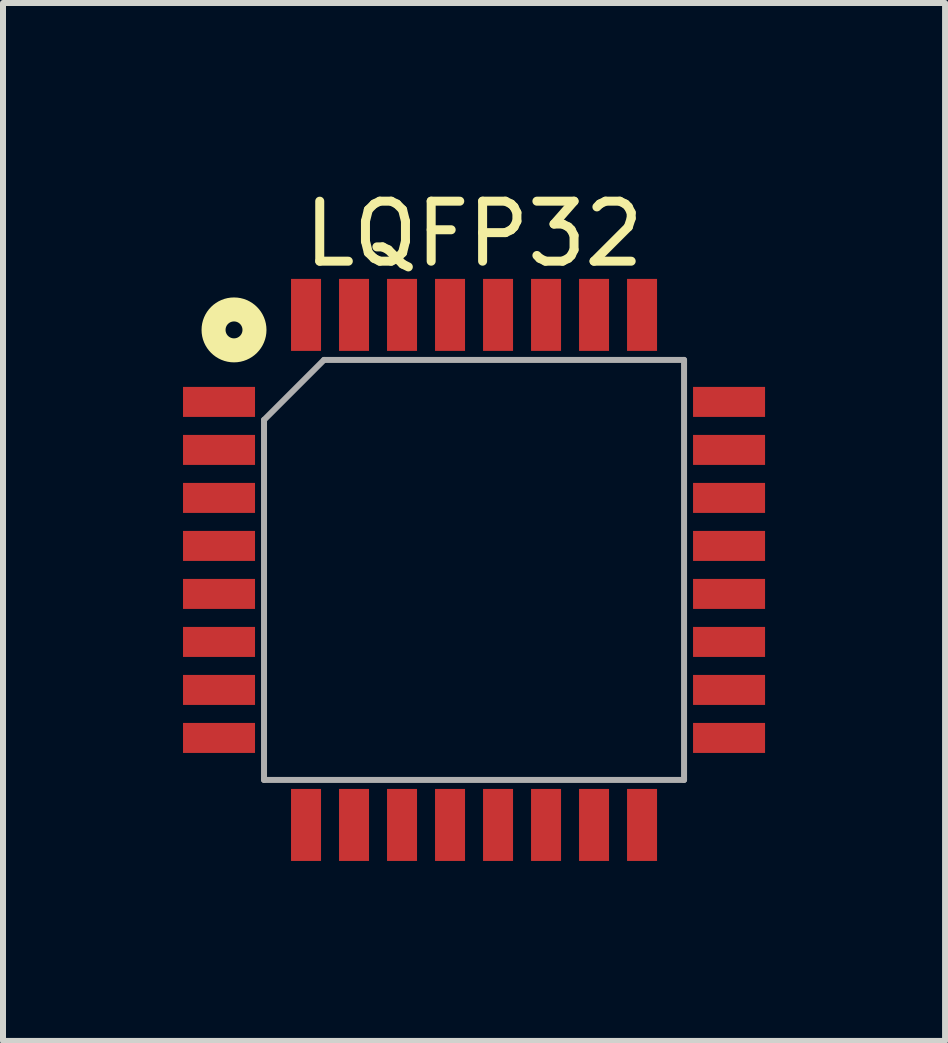
<source format=kicad_pcb>
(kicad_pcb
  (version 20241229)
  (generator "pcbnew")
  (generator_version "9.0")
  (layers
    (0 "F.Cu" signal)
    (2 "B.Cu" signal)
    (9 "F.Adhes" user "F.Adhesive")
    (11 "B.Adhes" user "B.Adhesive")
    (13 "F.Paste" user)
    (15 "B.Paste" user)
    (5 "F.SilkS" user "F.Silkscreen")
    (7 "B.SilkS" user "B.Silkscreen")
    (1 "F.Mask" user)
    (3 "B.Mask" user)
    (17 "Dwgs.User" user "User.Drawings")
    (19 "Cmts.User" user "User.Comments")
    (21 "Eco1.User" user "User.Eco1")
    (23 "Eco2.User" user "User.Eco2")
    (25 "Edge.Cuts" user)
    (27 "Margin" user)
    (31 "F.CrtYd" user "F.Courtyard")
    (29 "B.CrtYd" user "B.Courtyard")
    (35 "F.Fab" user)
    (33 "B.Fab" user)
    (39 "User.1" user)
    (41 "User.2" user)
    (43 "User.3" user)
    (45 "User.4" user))
  (footprint "LQFP32"
    (layer "F.Cu")
    (at 4.85 6.448)
    (property "Reference" "LQFP32" (at 0 -5.6 0) (layer "F.SilkS") (effects (font (size 1 1) (thickness 0.15))))
    (attr smd)
    (fp_circle (center -4 -4) (end -3.859 -4) (stroke (width 0.4) (type solid)) (fill no) (layer "F.SilkS"))
    (fp_line (start -3.5 -2.5) (end -3.5 3.5) (stroke (width 0.1) (type solid)) (layer "F.Fab"))
    (fp_line (start -3.5 3.5) (end 3.5 3.5) (stroke (width 0.1) (type solid)) (layer "F.Fab"))
    (fp_line (start -2.5 -3.5) (end -3.5 -2.5) (stroke (width 0.1) (type solid)) (layer "F.Fab"))
    (fp_line (start 3.5 -3.5) (end -2.5 -3.5) (stroke (width 0.1) (type solid)) (layer "F.Fab"))
    (fp_line (start 3.5 3.5) (end 3.5 -3.5) (stroke (width 0.1) (type solid)) (layer "F.Fab"))
    (pad "1" smd rect (at -4.25 -2.8 90) (size 0.5 1.2) (layers "F.Cu" "F.Mask" "F.Paste"))
    (pad "2" smd rect (at -4.25 -2 90) (size 0.5 1.2) (layers "F.Cu" "F.Mask" "F.Paste"))
    (pad "3" smd rect (at -4.25 -1.2 90) (size 0.5 1.2) (layers "F.Cu" "F.Mask" "F.Paste"))
    (pad "4" smd rect (at -4.25 -0.4 90) (size 0.5 1.2) (layers "F.Cu" "F.Mask" "F.Paste"))
    (pad "5" smd rect (at -4.25 0.4 90) (size 0.5 1.2) (layers "F.Cu" "F.Mask" "F.Paste"))
    (pad "6" smd rect (at -4.25 1.2 90) (size 0.5 1.2) (layers "F.Cu" "F.Mask" "F.Paste"))
    (pad "7" smd rect (at -4.25 2 90) (size 0.5 1.2) (layers "F.Cu" "F.Mask" "F.Paste"))
    (pad "8" smd rect (at -4.25 2.8 90) (size 0.5 1.2) (layers "F.Cu" "F.Mask" "F.Paste"))
    (pad "9" smd rect (at -2.8 4.25) (size 0.5 1.2) (layers "F.Cu" "F.Mask" "F.Paste"))
    (pad "10" smd rect (at -2 4.25) (size 0.5 1.2) (layers "F.Cu" "F.Mask" "F.Paste"))
    (pad "11" smd rect (at -1.2 4.25) (size 0.5 1.2) (layers "F.Cu" "F.Mask" "F.Paste"))
    (pad "12" smd rect (at -0.4 4.25) (size 0.5 1.2) (layers "F.Cu" "F.Mask" "F.Paste"))
    (pad "13" smd rect (at 0.4 4.25) (size 0.5 1.2) (layers "F.Cu" "F.Mask" "F.Paste"))
    (pad "14" smd rect (at 1.2 4.25) (size 0.5 1.2) (layers "F.Cu" "F.Mask" "F.Paste"))
    (pad "15" smd rect (at 2 4.25) (size 0.5 1.2) (layers "F.Cu" "F.Mask" "F.Paste"))
    (pad "16" smd rect (at 2.8 4.25) (size 0.5 1.2) (layers "F.Cu" "F.Mask" "F.Paste"))
    (pad "17" smd rect (at 4.25 2.8 90) (size 0.5 1.2) (layers "F.Cu" "F.Mask" "F.Paste"))
    (pad "18" smd rect (at 4.25 2 90) (size 0.5 1.2) (layers "F.Cu" "F.Mask" "F.Paste"))
    (pad "19" smd rect (at 4.25 1.2 90) (size 0.5 1.2) (layers "F.Cu" "F.Mask" "F.Paste"))
    (pad "20" smd rect (at 4.25 0.4 90) (size 0.5 1.2) (layers "F.Cu" "F.Mask" "F.Paste"))
    (pad "21" smd rect (at 4.25 -0.4 90) (size 0.5 1.2) (layers "F.Cu" "F.Mask" "F.Paste"))
    (pad "22" smd rect (at 4.25 -1.2 90) (size 0.5 1.2) (layers "F.Cu" "F.Mask" "F.Paste"))
    (pad "23" smd rect (at 4.25 -2 90) (size 0.5 1.2) (layers "F.Cu" "F.Mask" "F.Paste"))
    (pad "24" smd rect (at 4.25 -2.8 90) (size 0.5 1.2) (layers "F.Cu" "F.Mask" "F.Paste"))
    (pad "25" smd rect (at 2.8 -4.25) (size 0.5 1.2) (layers "F.Cu" "F.Mask" "F.Paste"))
    (pad "26" smd rect (at 2 -4.25) (size 0.5 1.2) (layers "F.Cu" "F.Mask" "F.Paste"))
    (pad "27" smd rect (at 1.2 -4.25) (size 0.5 1.2) (layers "F.Cu" "F.Mask" "F.Paste"))
    (pad "28" smd rect (at 0.4 -4.25) (size 0.5 1.2) (layers "F.Cu" "F.Mask" "F.Paste"))
    (pad "29" smd rect (at -0.4 -4.25) (size 0.5 1.2) (layers "F.Cu" "F.Mask" "F.Paste"))
    (pad "30" smd rect (at -1.2 -4.25) (size 0.5 1.2) (layers "F.Cu" "F.Mask" "F.Paste"))
    (pad "31" smd rect (at -2 -4.25) (size 0.5 1.2) (layers "F.Cu" "F.Mask" "F.Paste"))
    (pad "32" smd rect (at -2.8 -4.25) (size 0.5 1.2) (layers "F.Cu" "F.Mask" "F.Paste")))
  (gr_rect
    (start -3 -3)
    (end 12.7 14.298)
    (stroke (width 0.1) (type default))
    (fill no)
    (layer "Edge.Cuts")))
</source>
